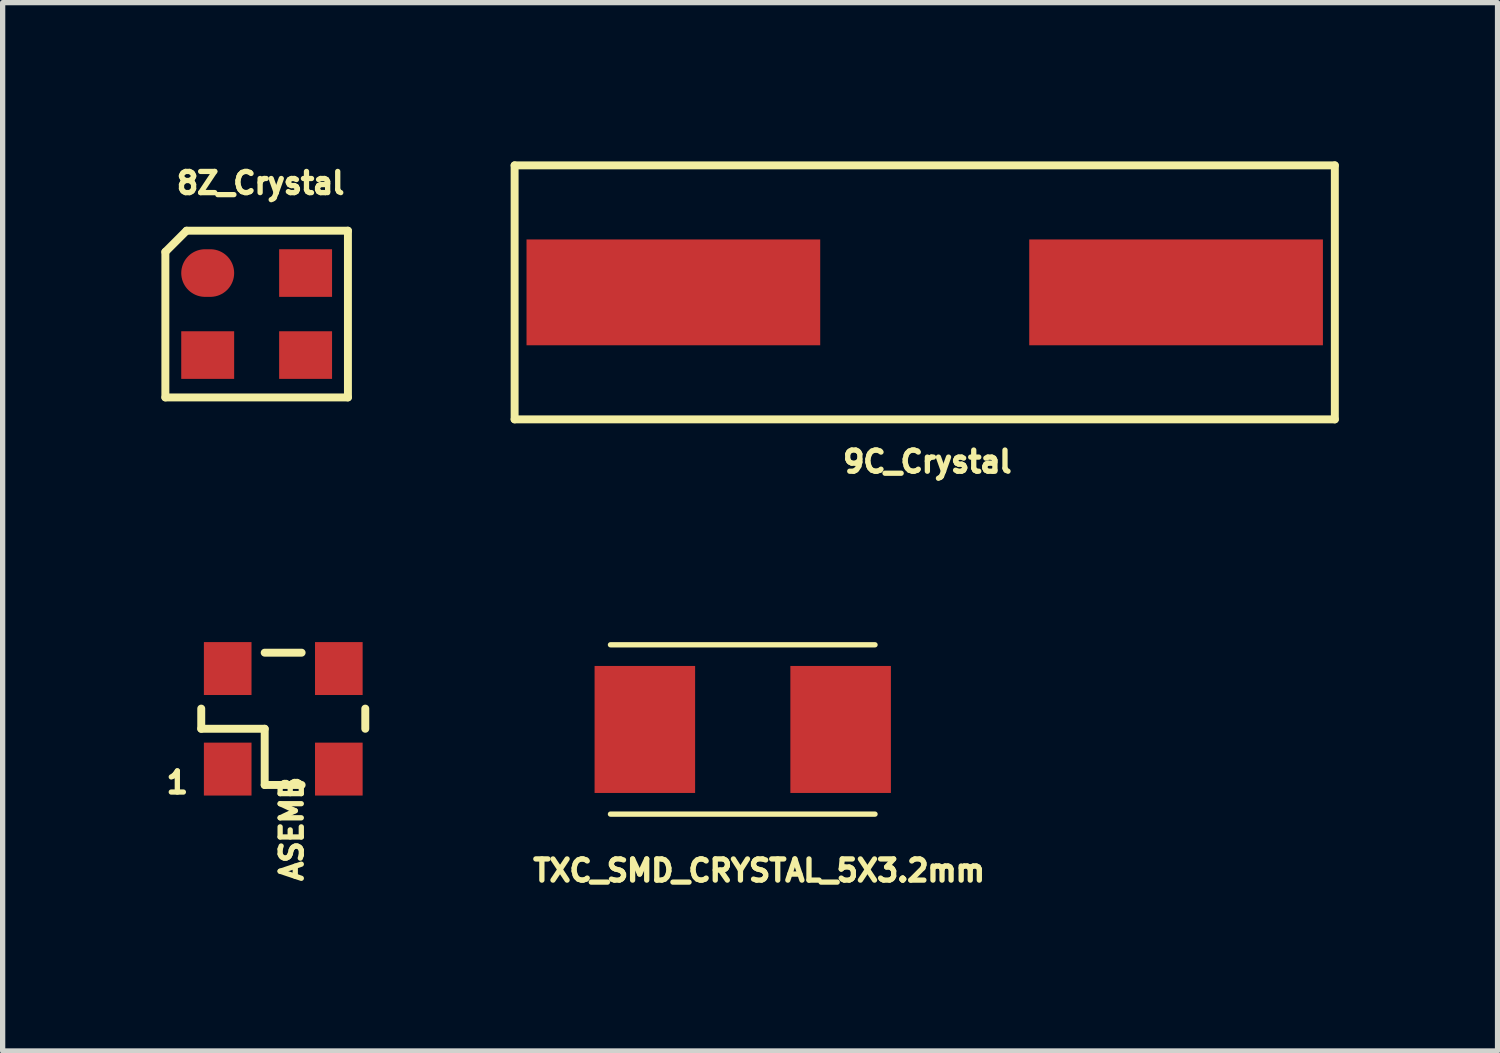
<source format=kicad_pcb>
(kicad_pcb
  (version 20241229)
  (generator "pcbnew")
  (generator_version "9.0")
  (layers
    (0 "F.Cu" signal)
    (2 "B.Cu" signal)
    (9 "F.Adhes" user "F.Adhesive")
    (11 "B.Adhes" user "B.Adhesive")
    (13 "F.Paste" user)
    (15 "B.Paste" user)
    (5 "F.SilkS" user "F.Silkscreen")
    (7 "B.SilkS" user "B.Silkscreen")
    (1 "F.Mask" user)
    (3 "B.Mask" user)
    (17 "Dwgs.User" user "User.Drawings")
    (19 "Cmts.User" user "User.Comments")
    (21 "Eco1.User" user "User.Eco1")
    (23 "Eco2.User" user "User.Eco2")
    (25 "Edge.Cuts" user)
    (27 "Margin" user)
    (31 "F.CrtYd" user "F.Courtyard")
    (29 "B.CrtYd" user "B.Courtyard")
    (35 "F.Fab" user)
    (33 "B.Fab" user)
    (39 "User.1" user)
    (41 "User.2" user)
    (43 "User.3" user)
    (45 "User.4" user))
  (footprint "ASEMB"
    (layer "F.Cu")
    (at 2.303 10.534)
    (property "Reference" "ASEMB" (at 0.161 2.08 90) (layer "F.SilkS") (effects (font (size 0.4 0.4) (thickness 0.1))))
    (attr through_hole)
    (fp_line (start -1.55 -0.193) (end -1.55 0.188) (stroke (width 0.15) (type solid)) (layer "F.SilkS"))
    (fp_line (start -1.55 0.188) (end -0.351 0.188) (stroke (width 0.15) (type solid)) (layer "F.SilkS"))
    (fp_line (start -0.351 -1.25) (end 0.347 -1.25) (stroke (width 0.15) (type solid)) (layer "F.SilkS"))
    (fp_line (start -0.351 0.188) (end -0.351 1.25) (stroke (width 0.15) (type solid)) (layer "F.SilkS"))
    (fp_line (start -0.351 1.25) (end 0.347 1.25) (stroke (width 0.15) (type solid)) (layer "F.SilkS"))
    (fp_line (start 1.55 -0.193) (end 1.55 0.188) (stroke (width 0.15) (type solid)) (layer "F.SilkS"))
    (fp_text user "1" (at -2.002 1.204 0) (layer "F.SilkS") (effects (font (size 0.4 0.4) (thickness 0.1))))
    (pad "1" smd rect (at -1.05 0.95) (size 0.9 1) (layers "F.Cu" "F.Mask" "F.Paste"))
    (pad "2" smd rect (at 1.05 0.95) (size 0.9 1) (layers "F.Cu" "F.Mask" "F.Paste"))
    (pad "3" smd rect (at 1.05 -0.95) (size 0.9 1) (layers "F.Cu" "F.Mask" "F.Paste"))
    (pad "4" smd rect (at -1.05 -0.95) (size 0.9 1) (layers "F.Cu" "F.Mask" "F.Paste")))
  (footprint "8Z_Crystal"
    (layer "F.Cu")
    (at 0.875 2.11)
    (property "Reference" "8Z_Crystal" (at 1 -1.7 0) (layer "F.SilkS") (effects (font (size 0.4 0.4) (thickness 0.1))))
    (attr through_hole)
    (fp_line (start -0.8 2.35) (end -0.8 -0.4) (stroke (width 0.15) (type solid)) (layer "F.SilkS"))
    (fp_line (start -0.8 2.35) (end 2.65 2.35) (stroke (width 0.15) (type solid)) (layer "F.SilkS"))
    (fp_line (start -0.4 -0.8) (end -0.8 -0.4) (stroke (width 0.15) (type solid)) (layer "F.SilkS"))
    (fp_line (start -0.4 -0.8) (end 2.65 -0.8) (stroke (width 0.15) (type solid)) (layer "F.SilkS"))
    (fp_line (start 2.65 2.35) (end 2.65 -0.8) (stroke (width 0.15) (type solid)) (layer "F.SilkS"))
    (pad "1" smd oval (at 0 0) (size 1 0.9) (layers "F.Cu" "F.Mask" "F.Paste"))
    (pad "2" smd rect (at 1.85 0) (size 1 0.9) (layers "F.Cu" "F.Mask" "F.Paste"))
    (pad "3" smd rect (at 1.85 1.55) (size 1 0.9) (layers "F.Cu" "F.Mask" "F.Paste"))
    (pad "4" smd rect (at 0 1.55) (size 1 0.9) (layers "F.Cu" "F.Mask" "F.Paste")))
  (footprint "9C_Crystal"
    (layer "F.Cu")
    (at 9.675 2.475)
    (property "Reference" "9C_Crystal" (at 4.8 3.2 0) (layer "F.SilkS") (effects (font (size 0.4 0.4) (thickness 0.1))))
    (attr through_hole)
    (fp_line (start -3 -2.4) (end 12.5 -2.4) (stroke (width 0.15) (type solid)) (layer "F.SilkS"))
    (fp_line (start -3 2.4) (end -3 -2.4) (stroke (width 0.15) (type solid)) (layer "F.SilkS"))
    (fp_line (start -3 2.4) (end 12.5 2.4) (stroke (width 0.15) (type solid)) (layer "F.SilkS"))
    (fp_line (start 12.5 2.4) (end 12.5 -2.4) (stroke (width 0.15) (type solid)) (layer "F.SilkS"))
    (pad "1" smd rect (at 0 0) (size 5.55 2) (layers "F.Cu" "F.Mask" "F.Paste"))
    (pad "2" smd rect (at 9.5 0) (size 5.55 2) (layers "F.Cu" "F.Mask" "F.Paste")))
  (footprint "TXC_SMD_CRYSTAL_5X3.2mm"
    (layer "F.Cu")
    (at 9.136 10.735)
    (property "Reference" "TXC_SMD_CRYSTAL_5X3.2mm" (at 2.159 2.667 0) (layer "F.SilkS") (effects (font (size 0.4 0.4) (thickness 0.1))))
    (attr through_hole)
    (fp_line (start -0.65 -1.6) (end 4.35 -1.6) (stroke (width 0.1) (type solid)) (layer "F.SilkS"))
    (fp_line (start -0.65 1.6) (end 4.35 1.6) (stroke (width 0.1) (type solid)) (layer "F.SilkS"))
    (pad "1" smd rect (at 0 0) (size 1.9 2.4) (layers "F.Cu" "F.Mask" "F.Paste"))
    (pad "2" smd rect (at 3.7 0) (size 1.9 2.4) (layers "F.Cu" "F.Mask" "F.Paste")))
  (gr_rect
    (start -3 -3)
    (end 25.25 16.811)
    (stroke (width 0.1) (type default))
    (fill no)
    (layer "Edge.Cuts")))
</source>
